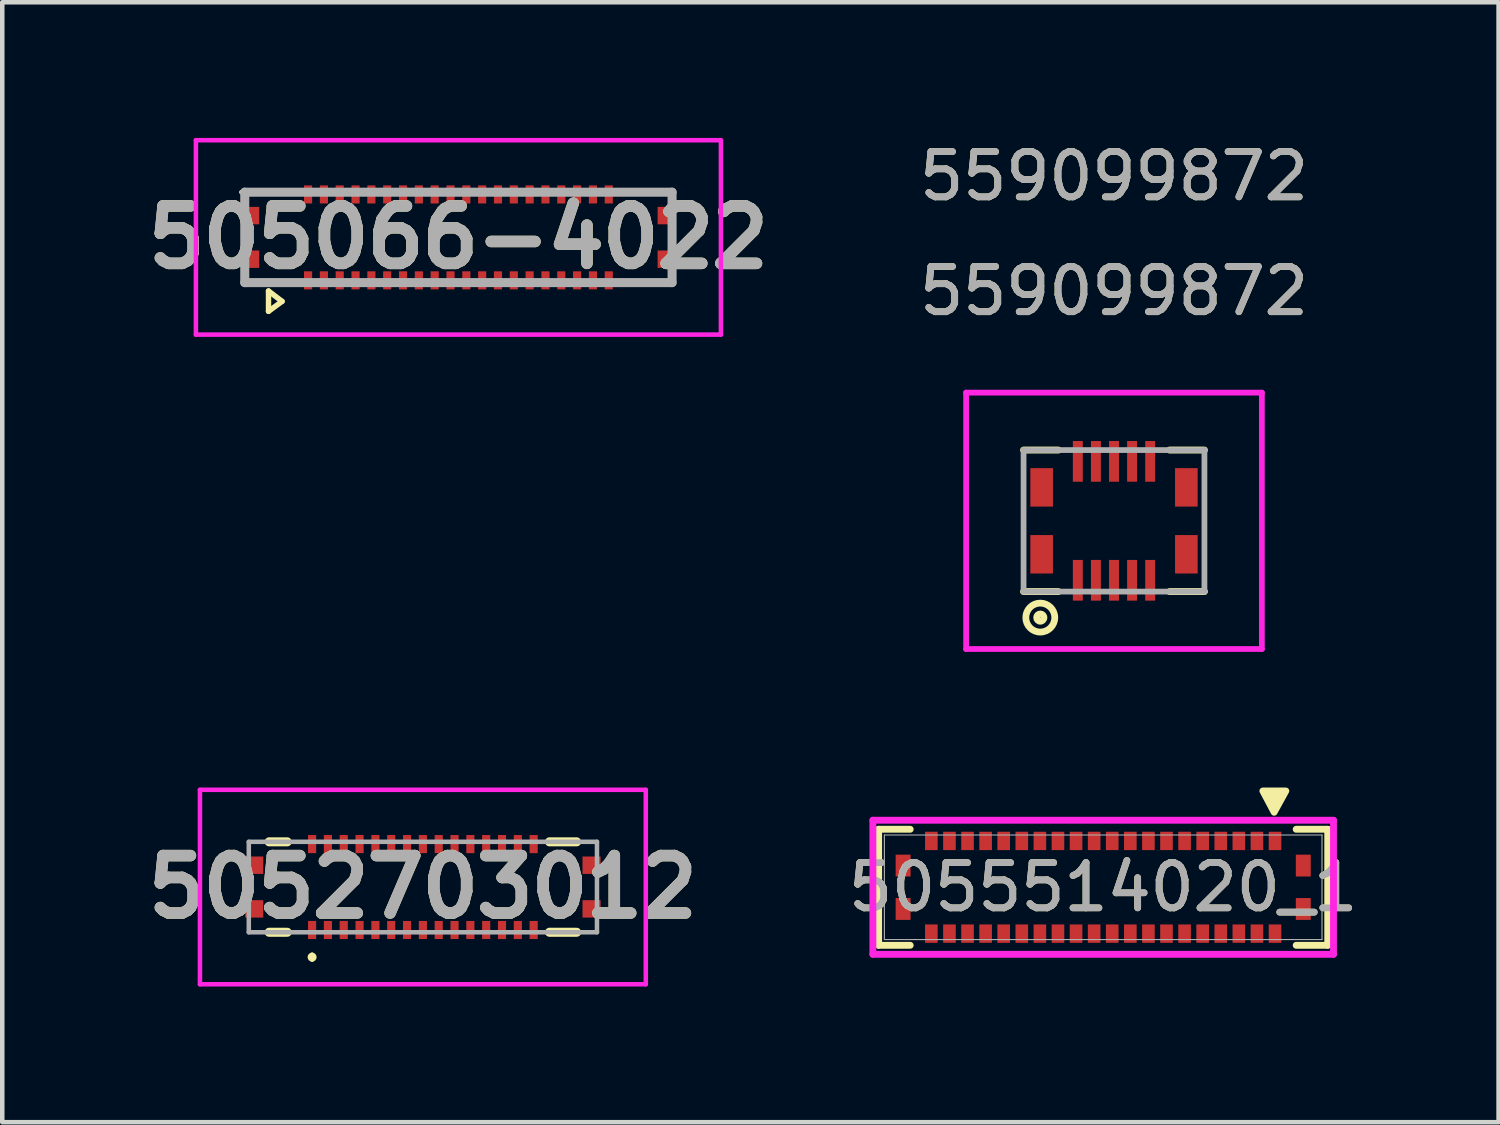
<source format=kicad_pcb>
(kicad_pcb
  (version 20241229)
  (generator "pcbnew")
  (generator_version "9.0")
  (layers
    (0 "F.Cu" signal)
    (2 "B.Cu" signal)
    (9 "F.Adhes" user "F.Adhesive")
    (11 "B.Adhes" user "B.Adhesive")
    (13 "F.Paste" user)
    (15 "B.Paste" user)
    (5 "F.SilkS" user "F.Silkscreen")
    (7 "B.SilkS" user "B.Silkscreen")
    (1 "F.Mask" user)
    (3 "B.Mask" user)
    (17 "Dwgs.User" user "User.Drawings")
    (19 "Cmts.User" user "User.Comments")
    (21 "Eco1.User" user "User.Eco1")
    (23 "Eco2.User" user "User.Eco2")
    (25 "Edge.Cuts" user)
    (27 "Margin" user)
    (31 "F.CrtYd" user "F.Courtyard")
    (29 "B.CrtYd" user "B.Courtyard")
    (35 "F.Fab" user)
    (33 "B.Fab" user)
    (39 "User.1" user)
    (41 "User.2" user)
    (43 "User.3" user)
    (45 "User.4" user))
  (footprint "5055514020_1"
    (layer "F.Cu")
    (at 21.347 16.572)
    (property "Reference" "5055514020_1" (at 0 0 0) (unlocked yes) (layer "F.SilkS") (effects (font (size 1 1) (thickness 0.15))))
    (attr smd)
    (fp_line (start -4.966 -1.283) (end -4.966 1.283) (stroke (width 0.152) (type solid)) (layer "F.SilkS"))
    (fp_line (start -4.966 1.283) (end -4.268 1.283) (stroke (width 0.152) (type solid)) (layer "F.SilkS"))
    (fp_line (start -4.268 -1.283) (end -4.966 -1.283) (stroke (width 0.152) (type solid)) (layer "F.SilkS"))
    (fp_line (start 4.268 1.283) (end 4.966 1.283) (stroke (width 0.152) (type solid)) (layer "F.SilkS"))
    (fp_line (start 4.966 -1.283) (end 4.268 -1.283) (stroke (width 0.152) (type solid)) (layer "F.SilkS"))
    (fp_line (start 4.966 1.283) (end 4.966 -1.283) (stroke (width 0.152) (type solid)) (layer "F.SilkS"))
    (fp_poly (pts (xy 3.78 -1.658) (xy 3.53 -2.13) (xy 4.04 -2.13)) (stroke (width 0.15) (type solid)) (fill yes) (layer "F.SilkS"))
    (fp_line (start -5.093 -1.482) (end -5.093 1.482) (stroke (width 0.152) (type solid)) (layer "F.CrtYd"))
    (fp_line (start -5.093 1.482) (end 5.093 1.482) (stroke (width 0.152) (type solid)) (layer "F.CrtYd"))
    (fp_line (start 5.093 -1.482) (end -5.093 -1.482) (stroke (width 0.152) (type solid)) (layer "F.CrtYd"))
    (fp_line (start 5.093 1.482) (end 5.093 -1.482) (stroke (width 0.152) (type solid)) (layer "F.CrtYd"))
    (fp_line (start -4.839 -1.156) (end -4.839 1.156) (stroke (width 0.025) (type solid)) (layer "F.Fab"))
    (fp_line (start -4.839 1.156) (end 4.839 1.156) (stroke (width 0.025) (type solid)) (layer "F.Fab"))
    (fp_line (start 4.839 -1.156) (end -4.839 -1.156) (stroke (width 0.025) (type solid)) (layer "F.Fab"))
    (fp_line (start 4.839 1.156) (end 4.839 -1.156) (stroke (width 0.025) (type solid)) (layer "F.Fab"))
    (fp_text user "${REFERENCE}" (at 0 0 0) (unlocked yes) (layer "F.Fab") (effects (font (size 1 1) (thickness 0.15))))
    (pad "1" smd rect (at 3.8 -1.025) (size 0.279 0.406) (layers "F.Cu" "F.Mask" "F.Paste"))
    (pad "2" smd rect (at 3.8 1.025) (size 0.279 0.406) (layers "F.Cu" "F.Mask" "F.Paste"))
    (pad "3" smd rect (at 3.4 -1.025) (size 0.279 0.406) (layers "F.Cu" "F.Mask" "F.Paste"))
    (pad "4" smd rect (at 3.4 1.025) (size 0.279 0.406) (layers "F.Cu" "F.Mask" "F.Paste"))
    (pad "5" smd rect (at 3 -1.025) (size 0.279 0.406) (layers "F.Cu" "F.Mask" "F.Paste"))
    (pad "6" smd rect (at 3 1.025) (size 0.279 0.406) (layers "F.Cu" "F.Mask" "F.Paste"))
    (pad "7" smd rect (at 2.6 -1.025) (size 0.279 0.406) (layers "F.Cu" "F.Mask" "F.Paste"))
    (pad "8" smd rect (at 2.6 1.025) (size 0.279 0.406) (layers "F.Cu" "F.Mask" "F.Paste"))
    (pad "9" smd rect (at 2.2 -1.025) (size 0.279 0.406) (layers "F.Cu" "F.Mask" "F.Paste"))
    (pad "10" smd rect (at 2.2 1.025) (size 0.279 0.406) (layers "F.Cu" "F.Mask" "F.Paste"))
    (pad "11" smd rect (at 1.8 -1.025) (size 0.279 0.406) (layers "F.Cu" "F.Mask" "F.Paste"))
    (pad "12" smd rect (at 1.8 1.025) (size 0.279 0.406) (layers "F.Cu" "F.Mask" "F.Paste"))
    (pad "13" smd rect (at 1.4 -1.025) (size 0.279 0.406) (layers "F.Cu" "F.Mask" "F.Paste"))
    (pad "14" smd rect (at 1.4 1.025) (size 0.279 0.406) (layers "F.Cu" "F.Mask" "F.Paste"))
    (pad "15" smd rect (at 1 -1.025) (size 0.279 0.406) (layers "F.Cu" "F.Mask" "F.Paste"))
    (pad "16" smd rect (at 1 1.025) (size 0.279 0.406) (layers "F.Cu" "F.Mask" "F.Paste"))
    (pad "17" smd rect (at 0.6 -1.025) (size 0.279 0.406) (layers "F.Cu" "F.Mask" "F.Paste"))
    (pad "18" smd rect (at 0.6 1.025) (size 0.279 0.406) (layers "F.Cu" "F.Mask" "F.Paste"))
    (pad "19" smd rect (at 0.2 -1.025) (size 0.279 0.406) (layers "F.Cu" "F.Mask" "F.Paste"))
    (pad "20" smd rect (at 0.2 1.025) (size 0.279 0.406) (layers "F.Cu" "F.Mask" "F.Paste"))
    (pad "21" smd rect (at -0.2 -1.025) (size 0.279 0.406) (layers "F.Cu" "F.Mask" "F.Paste"))
    (pad "22" smd rect (at -0.2 1.025) (size 0.279 0.406) (layers "F.Cu" "F.Mask" "F.Paste"))
    (pad "23" smd rect (at -0.6 -1.025) (size 0.279 0.406) (layers "F.Cu" "F.Mask" "F.Paste"))
    (pad "24" smd rect (at -0.6 1.025) (size 0.279 0.406) (layers "F.Cu" "F.Mask" "F.Paste"))
    (pad "25" smd rect (at -1 -1.025) (size 0.279 0.406) (layers "F.Cu" "F.Mask" "F.Paste"))
    (pad "26" smd rect (at -1 1.025) (size 0.279 0.406) (layers "F.Cu" "F.Mask" "F.Paste"))
    (pad "27" smd rect (at -1.4 -1.025) (size 0.279 0.406) (layers "F.Cu" "F.Mask" "F.Paste"))
    (pad "28" smd rect (at -1.4 1.025) (size 0.279 0.406) (layers "F.Cu" "F.Mask" "F.Paste"))
    (pad "29" smd rect (at -1.8 -1.025) (size 0.279 0.406) (layers "F.Cu" "F.Mask" "F.Paste"))
    (pad "30" smd rect (at -1.8 1.025) (size 0.279 0.406) (layers "F.Cu" "F.Mask" "F.Paste"))
    (pad "31" smd rect (at -2.2 -1.025) (size 0.279 0.406) (layers "F.Cu" "F.Mask" "F.Paste"))
    (pad "32" smd rect (at -2.2 1.025) (size 0.279 0.406) (layers "F.Cu" "F.Mask" "F.Paste"))
    (pad "33" smd rect (at -2.6 -1.025) (size 0.279 0.406) (layers "F.Cu" "F.Mask" "F.Paste"))
    (pad "34" smd rect (at -2.6 1.025) (size 0.279 0.406) (layers "F.Cu" "F.Mask" "F.Paste"))
    (pad "35" smd rect (at -3 -1.025) (size 0.279 0.406) (layers "F.Cu" "F.Mask" "F.Paste"))
    (pad "36" smd rect (at -3 1.025) (size 0.279 0.406) (layers "F.Cu" "F.Mask" "F.Paste"))
    (pad "37" smd rect (at -3.4 -1.025) (size 0.279 0.406) (layers "F.Cu" "F.Mask" "F.Paste"))
    (pad "38" smd rect (at -3.4 1.025) (size 0.279 0.406) (layers "F.Cu" "F.Mask" "F.Paste"))
    (pad "39" smd rect (at -3.8 -1.025) (size 0.279 0.406) (layers "F.Cu" "F.Mask" "F.Paste"))
    (pad "40" smd rect (at -3.8 1.025) (size 0.279 0.406) (layers "F.Cu" "F.Mask" "F.Paste"))
    (pad "41" smd rect (at -4.425 -0.48) (size 0.33 0.483) (layers "F.Cu" "F.Mask" "F.Paste"))
    (pad "42" smd rect (at -4.425 0.48) (size 0.33 0.483) (layers "F.Cu" "F.Mask" "F.Paste"))
    (pad "43" smd rect (at 4.425 -0.48) (size 0.33 0.483) (layers "F.Cu" "F.Mask" "F.Paste"))
    (pad "44" smd rect (at 4.425 0.48) (size 0.33 0.483) (layers "F.Cu" "F.Mask" "F.Paste")))
  (footprint "559099872"
    (layer "F.Cu")
    (at 21.586 8.468)
    (property "Reference" "559099872" (at 0 -5.08 0) (unlocked yes) (layer "F.SilkS") (effects (font (size 1 1) (thickness 0.15))))
    (attr smd)
    (fp_line (start -2 1.565) (end -1.23 1.565) (stroke (width 0.152) (type solid)) (layer "F.SilkS"))
    (fp_line (start -1.23 -1.565) (end -2 -1.565) (stroke (width 0.152) (type solid)) (layer "F.SilkS"))
    (fp_line (start 1.23 1.565) (end 2 1.565) (stroke (width 0.152) (type solid)) (layer "F.SilkS"))
    (fp_line (start 2 -1.565) (end 1.23 -1.565) (stroke (width 0.152) (type solid)) (layer "F.SilkS"))
    (fp_circle (center -1.63 2.14) (end -1.56 2.18) (stroke (width 0.15) (type default)) (fill no) (layer "F.SilkS"))
    (fp_circle (center -1.63 2.14) (end -1.38 2.34) (stroke (width 0.15) (type default)) (fill no) (layer "F.SilkS"))
    (fp_line (start -3.27 -2.835) (end -3.27 2.835) (stroke (width 0.127) (type solid)) (layer "F.CrtYd"))
    (fp_line (start -3.27 2.835) (end 3.27 2.835) (stroke (width 0.127) (type solid)) (layer "F.CrtYd"))
    (fp_line (start 3.27 -2.835) (end -3.27 -2.835) (stroke (width 0.127) (type solid)) (layer "F.CrtYd"))
    (fp_line (start 3.27 2.835) (end 3.27 -2.835) (stroke (width 0.127) (type solid)) (layer "F.CrtYd"))
    (fp_line (start -2 -1.565) (end -2 1.565) (stroke (width 0.127) (type solid)) (layer "F.Fab"))
    (fp_line (start -2 1.565) (end 2 1.565) (stroke (width 0.127) (type solid)) (layer "F.Fab"))
    (fp_line (start 2 -1.565) (end -2 -1.565) (stroke (width 0.127) (type solid)) (layer "F.Fab"))
    (fp_line (start 2 1.565) (end 2 -1.565) (stroke (width 0.127) (type solid)) (layer "F.Fab"))
    (fp_text user "559099872" (at 0 -7.62 0) (unlocked yes) (layer "F.SilkS") (effects (font (size 1 1) (thickness 0.15))))
    (fp_text user "${REFERENCE}" (at 0 -5.08 0) (unlocked yes) (layer "F.Fab") (effects (font (size 1 1) (thickness 0.15))))
    (fp_text user "559099872" (at 0 -7.62 0) (unlocked yes) (layer "F.Fab") (effects (font (size 1 1) (thickness 0.15))))
    (pad "1" smd rect (at -0.8 1.315) (size 0.22 0.9) (layers "F.Cu" "F.Mask" "F.Paste"))
    (pad "2" smd rect (at -0.8 -1.315) (size 0.22 0.9) (layers "F.Cu" "F.Mask" "F.Paste"))
    (pad "3" smd rect (at -0.4 1.315) (size 0.22 0.9) (layers "F.Cu" "F.Mask" "F.Paste"))
    (pad "4" smd rect (at -0.4 -1.315) (size 0.22 0.9) (layers "F.Cu" "F.Mask" "F.Paste"))
    (pad "5" smd rect (at 0 1.315) (size 0.22 0.9) (layers "F.Cu" "F.Mask" "F.Paste"))
    (pad "6" smd rect (at 0 -1.315) (size 0.22 0.9) (layers "F.Cu" "F.Mask" "F.Paste"))
    (pad "7" smd rect (at 0.4 1.315) (size 0.22 0.9) (layers "F.Cu" "F.Mask" "F.Paste"))
    (pad "8" smd rect (at 0.4 -1.315) (size 0.22 0.9) (layers "F.Cu" "F.Mask" "F.Paste"))
    (pad "9" smd rect (at 0.8 1.315) (size 0.22 0.9) (layers "F.Cu" "F.Mask" "F.Paste"))
    (pad "10" smd rect (at 0.8 -1.315) (size 0.22 0.9) (layers "F.Cu" "F.Mask" "F.Paste"))
    (pad "P1" smd rect (at -1.6 0.74) (size 0.5 0.85) (layers "F.Cu" "F.Mask" "F.Paste"))
    (pad "P2" smd rect (at 1.6 0.74) (size 0.5 0.85) (layers "F.Cu" "F.Mask" "F.Paste"))
    (pad "P3" smd rect (at -1.6 -0.74) (size 0.5 0.85) (layers "F.Cu" "F.Mask" "F.Paste"))
    (pad "P4" smd rect (at 1.6 -0.74) (size 0.5 0.85) (layers "F.Cu" "F.Mask" "F.Paste")))
  (footprint "505066-4022"
    (layer "F.Cu")
    (at 7.088 2.2)
    (property "Reference" "505066-4022" (at 0 0 0) (layer "F.SilkS") (effects (font (size 1.27 1.27) (thickness 0.254))))
    (attr smd)
    (fp_line (start -4.2 1.185) (end -4.2 1.635) (stroke (width 0.12) (type default)) (layer "F.SilkS"))
    (fp_line (start -4.2 1.635) (end -3.9 1.415) (stroke (width 0.12) (type default)) (layer "F.SilkS"))
    (fp_line (start -3.9 1.415) (end -4.2 1.185) (stroke (width 0.12) (type default)) (layer "F.SilkS"))
    (fp_line (start -3.6 -1) (end -4.8 -1) (stroke (width 0.1) (type solid)) (layer "F.SilkS"))
    (fp_line (start -3.6 1) (end -4.725 1) (stroke (width 0.1) (type solid)) (layer "F.SilkS"))
    (fp_line (start 3.6 -1) (end 4.725 -1) (stroke (width 0.1) (type solid)) (layer "F.SilkS"))
    (fp_line (start 4.725 1) (end 3.6 1) (stroke (width 0.1) (type solid)) (layer "F.SilkS"))
    (fp_line (start -5.805 -2.15) (end 5.805 -2.15) (stroke (width 0.1) (type solid)) (layer "F.CrtYd"))
    (fp_line (start -5.805 2.15) (end -5.805 -2.15) (stroke (width 0.1) (type solid)) (layer "F.CrtYd"))
    (fp_line (start 5.805 -2.15) (end 5.805 2.15) (stroke (width 0.1) (type solid)) (layer "F.CrtYd"))
    (fp_line (start 5.805 2.15) (end -5.805 2.15) (stroke (width 0.1) (type solid)) (layer "F.CrtYd"))
    (fp_line (start -4.725 -1) (end 4.725 -1) (stroke (width 0.2) (type solid)) (layer "F.Fab"))
    (fp_line (start -4.725 1) (end -4.725 -1) (stroke (width 0.2) (type solid)) (layer "F.Fab"))
    (fp_line (start 4.725 -1) (end 4.725 1) (stroke (width 0.2) (type solid)) (layer "F.Fab"))
    (fp_line (start 4.725 1) (end -4.725 1) (stroke (width 0.2) (type solid)) (layer "F.Fab"))
    (fp_text user "${REFERENCE}" (at 0 0 0) (layer "F.Fab") (effects (font (size 1.27 1.27) (thickness 0.254))))
    (pad "1" smd rect (at -3.325 0.95) (size 0.18 0.4) (layers "F.Cu" "F.Mask" "F.Paste"))
    (pad "2" smd rect (at -3.325 -0.95) (size 0.18 0.4) (layers "F.Cu" "F.Mask" "F.Paste"))
    (pad "3" smd rect (at -2.975 0.95) (size 0.18 0.4) (layers "F.Cu" "F.Mask" "F.Paste"))
    (pad "4" smd rect (at -2.975 -0.95) (size 0.18 0.4) (layers "F.Cu" "F.Mask" "F.Paste"))
    (pad "5" smd rect (at -2.625 0.95) (size 0.18 0.4) (layers "F.Cu" "F.Mask" "F.Paste"))
    (pad "6" smd rect (at -2.625 -0.95) (size 0.18 0.4) (layers "F.Cu" "F.Mask" "F.Paste"))
    (pad "7" smd rect (at -2.275 0.95) (size 0.18 0.4) (layers "F.Cu" "F.Mask" "F.Paste"))
    (pad "8" smd rect (at -2.275 -0.95) (size 0.18 0.4) (layers "F.Cu" "F.Mask" "F.Paste"))
    (pad "9" smd rect (at -1.925 0.95) (size 0.18 0.4) (layers "F.Cu" "F.Mask" "F.Paste"))
    (pad "10" smd rect (at -1.925 -0.95) (size 0.18 0.4) (layers "F.Cu" "F.Mask" "F.Paste"))
    (pad "11" smd rect (at -1.575 0.95) (size 0.18 0.4) (layers "F.Cu" "F.Mask" "F.Paste"))
    (pad "12" smd rect (at -1.575 -0.95) (size 0.18 0.4) (layers "F.Cu" "F.Mask" "F.Paste"))
    (pad "13" smd rect (at -1.225 0.95) (size 0.18 0.4) (layers "F.Cu" "F.Mask" "F.Paste"))
    (pad "14" smd rect (at -1.225 -0.95) (size 0.18 0.4) (layers "F.Cu" "F.Mask" "F.Paste"))
    (pad "15" smd rect (at -0.875 0.95) (size 0.18 0.4) (layers "F.Cu" "F.Mask" "F.Paste"))
    (pad "16" smd rect (at -0.875 -0.95) (size 0.18 0.4) (layers "F.Cu" "F.Mask" "F.Paste"))
    (pad "17" smd rect (at -0.525 0.95) (size 0.18 0.4) (layers "F.Cu" "F.Mask" "F.Paste"))
    (pad "18" smd rect (at -0.525 -0.95) (size 0.18 0.4) (layers "F.Cu" "F.Mask" "F.Paste"))
    (pad "19" smd rect (at -0.175 0.95) (size 0.18 0.4) (layers "F.Cu" "F.Mask" "F.Paste"))
    (pad "20" smd rect (at -0.175 -0.95) (size 0.18 0.4) (layers "F.Cu" "F.Mask" "F.Paste"))
    (pad "21" smd rect (at 0.175 0.95) (size 0.18 0.4) (layers "F.Cu" "F.Mask" "F.Paste"))
    (pad "22" smd rect (at 0.175 -0.95) (size 0.18 0.4) (layers "F.Cu" "F.Mask" "F.Paste"))
    (pad "23" smd rect (at 0.525 0.95) (size 0.18 0.4) (layers "F.Cu" "F.Mask" "F.Paste"))
    (pad "24" smd rect (at 0.525 -0.95) (size 0.18 0.4) (layers "F.Cu" "F.Mask" "F.Paste"))
    (pad "25" smd rect (at 0.875 0.95) (size 0.18 0.4) (layers "F.Cu" "F.Mask" "F.Paste"))
    (pad "26" smd rect (at 0.875 -0.95) (size 0.18 0.4) (layers "F.Cu" "F.Mask" "F.Paste"))
    (pad "27" smd rect (at 1.225 0.95) (size 0.18 0.4) (layers "F.Cu" "F.Mask" "F.Paste"))
    (pad "28" smd rect (at 1.225 -0.95) (size 0.18 0.4) (layers "F.Cu" "F.Mask" "F.Paste"))
    (pad "29" smd rect (at 1.575 0.95) (size 0.18 0.4) (layers "F.Cu" "F.Mask" "F.Paste"))
    (pad "30" smd rect (at 1.575 -0.95) (size 0.18 0.4) (layers "F.Cu" "F.Mask" "F.Paste"))
    (pad "31" smd rect (at 1.925 0.95) (size 0.18 0.4) (layers "F.Cu" "F.Mask" "F.Paste"))
    (pad "32" smd rect (at 1.925 -0.95) (size 0.18 0.4) (layers "F.Cu" "F.Mask" "F.Paste"))
    (pad "33" smd rect (at 2.275 0.95) (size 0.18 0.4) (layers "F.Cu" "F.Mask" "F.Paste"))
    (pad "34" smd rect (at 2.275 -0.95) (size 0.18 0.4) (layers "F.Cu" "F.Mask" "F.Paste"))
    (pad "35" smd rect (at 2.625 0.95) (size 0.18 0.4) (layers "F.Cu" "F.Mask" "F.Paste"))
    (pad "36" smd rect (at 2.625 -0.95) (size 0.18 0.4) (layers "F.Cu" "F.Mask" "F.Paste"))
    (pad "37" smd rect (at 2.975 0.95) (size 0.18 0.4) (layers "F.Cu" "F.Mask" "F.Paste"))
    (pad "38" smd rect (at 2.975 -0.95) (size 0.18 0.4) (layers "F.Cu" "F.Mask" "F.Paste"))
    (pad "39" smd rect (at 3.325 0.95) (size 0.18 0.4) (layers "F.Cu" "F.Mask" "F.Paste"))
    (pad "40" smd rect (at 3.325 -0.95) (size 0.18 0.4) (layers "F.Cu" "F.Mask" "F.Paste"))
    (pad "MP1" smd rect (at -4.605 0.482 90) (size 0.385 0.4) (layers "F.Cu" "F.Mask" "F.Paste"))
    (pad "MP2" smd rect (at -4.605 -0.482 90) (size 0.385 0.4) (layers "F.Cu" "F.Mask" "F.Paste"))
    (pad "MP3" smd rect (at 4.605 0.482 90) (size 0.385 0.4) (layers "F.Cu" "F.Mask" "F.Paste"))
    (pad "MP4" smd rect (at 4.605 -0.482 90) (size 0.385 0.4) (layers "F.Cu" "F.Mask" "F.Paste")))
  (footprint "5052703012"
    (layer "F.Cu")
    (at 6.302 16.567)
    (property "Reference" "5052703012" (at 0 0 0) (layer "F.SilkS") (effects (font (size 1.27 1.27) (thickness 0.254))))
    (attr smd)
    (fp_line (start -3.4 -1) (end -3 -1) (stroke (width 0.2) (type solid)) (layer "F.SilkS"))
    (fp_line (start -3 1) (end -3.4 1) (stroke (width 0.2) (type solid)) (layer "F.SilkS"))
    (fp_line (start -2.45 1.5) (end -2.45 1.5) (stroke (width 0.1) (type solid)) (layer "F.SilkS"))
    (fp_line (start -2.45 1.6) (end -2.45 1.6) (stroke (width 0.1) (type solid)) (layer "F.SilkS"))
    (fp_line (start 2.8 -1) (end 3.4 -1) (stroke (width 0.2) (type solid)) (layer "F.SilkS"))
    (fp_line (start 2.8 1) (end 3.4 1) (stroke (width 0.2) (type solid)) (layer "F.SilkS"))
    (fp_arc (start -2.45 1.5) (mid -2.4 1.55) (end -2.45 1.6) (stroke (width 0.1) (type solid)) (layer "F.SilkS"))
    (fp_arc (start -2.45 1.6) (mid -2.5 1.55) (end -2.45 1.5) (stroke (width 0.1) (type solid)) (layer "F.SilkS"))
    (fp_line (start -4.93 -2.15) (end 4.93 -2.15) (stroke (width 0.1) (type solid)) (layer "F.CrtYd"))
    (fp_line (start -4.93 2.15) (end -4.93 -2.15) (stroke (width 0.1) (type solid)) (layer "F.CrtYd"))
    (fp_line (start 4.93 -2.15) (end 4.93 2.15) (stroke (width 0.1) (type solid)) (layer "F.CrtYd"))
    (fp_line (start 4.93 2.15) (end -4.93 2.15) (stroke (width 0.1) (type solid)) (layer "F.CrtYd"))
    (fp_line (start -3.85 -1) (end 3.85 -1) (stroke (width 0.1) (type solid)) (layer "F.Fab"))
    (fp_line (start -3.85 1) (end -3.85 -1) (stroke (width 0.1) (type solid)) (layer "F.Fab"))
    (fp_line (start 3.85 -1) (end 3.85 1) (stroke (width 0.1) (type solid)) (layer "F.Fab"))
    (fp_line (start 3.85 1) (end -3.85 1) (stroke (width 0.1) (type solid)) (layer "F.Fab"))
    (fp_text user "${REFERENCE}" (at 0 0 0) (layer "F.Fab") (effects (font (size 1.27 1.27) (thickness 0.254))))
    (pad "1" smd rect (at -2.45 0.95) (size 0.18 0.4) (layers "F.Cu" "F.Mask" "F.Paste"))
    (pad "2" smd rect (at -2.45 -0.95) (size 0.18 0.4) (layers "F.Cu" "F.Mask" "F.Paste"))
    (pad "3" smd rect (at -2.1 0.95) (size 0.18 0.4) (layers "F.Cu" "F.Mask" "F.Paste"))
    (pad "4" smd rect (at -2.1 -0.95) (size 0.18 0.4) (layers "F.Cu" "F.Mask" "F.Paste"))
    (pad "5" smd rect (at -1.75 0.95) (size 0.18 0.4) (layers "F.Cu" "F.Mask" "F.Paste"))
    (pad "6" smd rect (at -1.75 -0.95) (size 0.18 0.4) (layers "F.Cu" "F.Mask" "F.Paste"))
    (pad "7" smd rect (at -1.4 0.95) (size 0.18 0.4) (layers "F.Cu" "F.Mask" "F.Paste"))
    (pad "8" smd rect (at -1.4 -0.95) (size 0.18 0.4) (layers "F.Cu" "F.Mask" "F.Paste"))
    (pad "9" smd rect (at -1.05 0.95) (size 0.18 0.4) (layers "F.Cu" "F.Mask" "F.Paste"))
    (pad "10" smd rect (at -1.05 -0.95) (size 0.18 0.4) (layers "F.Cu" "F.Mask" "F.Paste"))
    (pad "11" smd rect (at -0.7 0.95) (size 0.18 0.4) (layers "F.Cu" "F.Mask" "F.Paste"))
    (pad "12" smd rect (at -0.7 -0.95) (size 0.18 0.4) (layers "F.Cu" "F.Mask" "F.Paste"))
    (pad "13" smd rect (at -0.35 0.95) (size 0.18 0.4) (layers "F.Cu" "F.Mask" "F.Paste"))
    (pad "14" smd rect (at -0.35 -0.95) (size 0.18 0.4) (layers "F.Cu" "F.Mask" "F.Paste"))
    (pad "15" smd rect (at 0 0.95) (size 0.18 0.4) (layers "F.Cu" "F.Mask" "F.Paste"))
    (pad "16" smd rect (at 0 -0.95) (size 0.18 0.4) (layers "F.Cu" "F.Mask" "F.Paste"))
    (pad "17" smd rect (at 0.35 0.95) (size 0.18 0.4) (layers "F.Cu" "F.Mask" "F.Paste"))
    (pad "18" smd rect (at 0.35 -0.95) (size 0.18 0.4) (layers "F.Cu" "F.Mask" "F.Paste"))
    (pad "19" smd rect (at 0.7 0.95) (size 0.18 0.4) (layers "F.Cu" "F.Mask" "F.Paste"))
    (pad "20" smd rect (at 0.7 -0.95) (size 0.18 0.4) (layers "F.Cu" "F.Mask" "F.Paste"))
    (pad "21" smd rect (at 1.05 0.95) (size 0.18 0.4) (layers "F.Cu" "F.Mask" "F.Paste"))
    (pad "22" smd rect (at 1.05 -0.95) (size 0.18 0.4) (layers "F.Cu" "F.Mask" "F.Paste"))
    (pad "23" smd rect (at 1.4 0.95) (size 0.18 0.4) (layers "F.Cu" "F.Mask" "F.Paste"))
    (pad "24" smd rect (at 1.4 -0.95) (size 0.18 0.4) (layers "F.Cu" "F.Mask" "F.Paste"))
    (pad "25" smd rect (at 1.75 0.95) (size 0.18 0.4) (layers "F.Cu" "F.Mask" "F.Paste"))
    (pad "26" smd rect (at 1.75 -0.95) (size 0.18 0.4) (layers "F.Cu" "F.Mask" "F.Paste"))
    (pad "27" smd rect (at 2.1 0.95) (size 0.18 0.4) (layers "F.Cu" "F.Mask" "F.Paste"))
    (pad "28" smd rect (at 2.1 -0.95) (size 0.18 0.4) (layers "F.Cu" "F.Mask" "F.Paste"))
    (pad "29" smd rect (at 2.45 0.95) (size 0.18 0.4) (layers "F.Cu" "F.Mask" "F.Paste"))
    (pad "30" smd rect (at 2.45 -0.95) (size 0.18 0.4) (layers "F.Cu" "F.Mask" "F.Paste"))
    (pad "MP1" smd rect (at -3.73 0.483 90) (size 0.385 0.4) (layers "F.Cu" "F.Mask" "F.Paste"))
    (pad "MP2" smd rect (at -3.73 -0.483 90) (size 0.385 0.4) (layers "F.Cu" "F.Mask" "F.Paste"))
    (pad "MP3" smd rect (at 3.73 0.483 90) (size 0.385 0.4) (layers "F.Cu" "F.Mask" "F.Paste"))
    (pad "MP4" smd rect (at 3.73 -0.483 90) (size 0.385 0.4) (layers "F.Cu" "F.Mask" "F.Paste")))
  (gr_rect
    (start -3 -3)
    (end 30.091 21.767)
    (stroke (width 0.1) (type default))
    (fill no)
    (layer "Edge.Cuts")))
</source>
